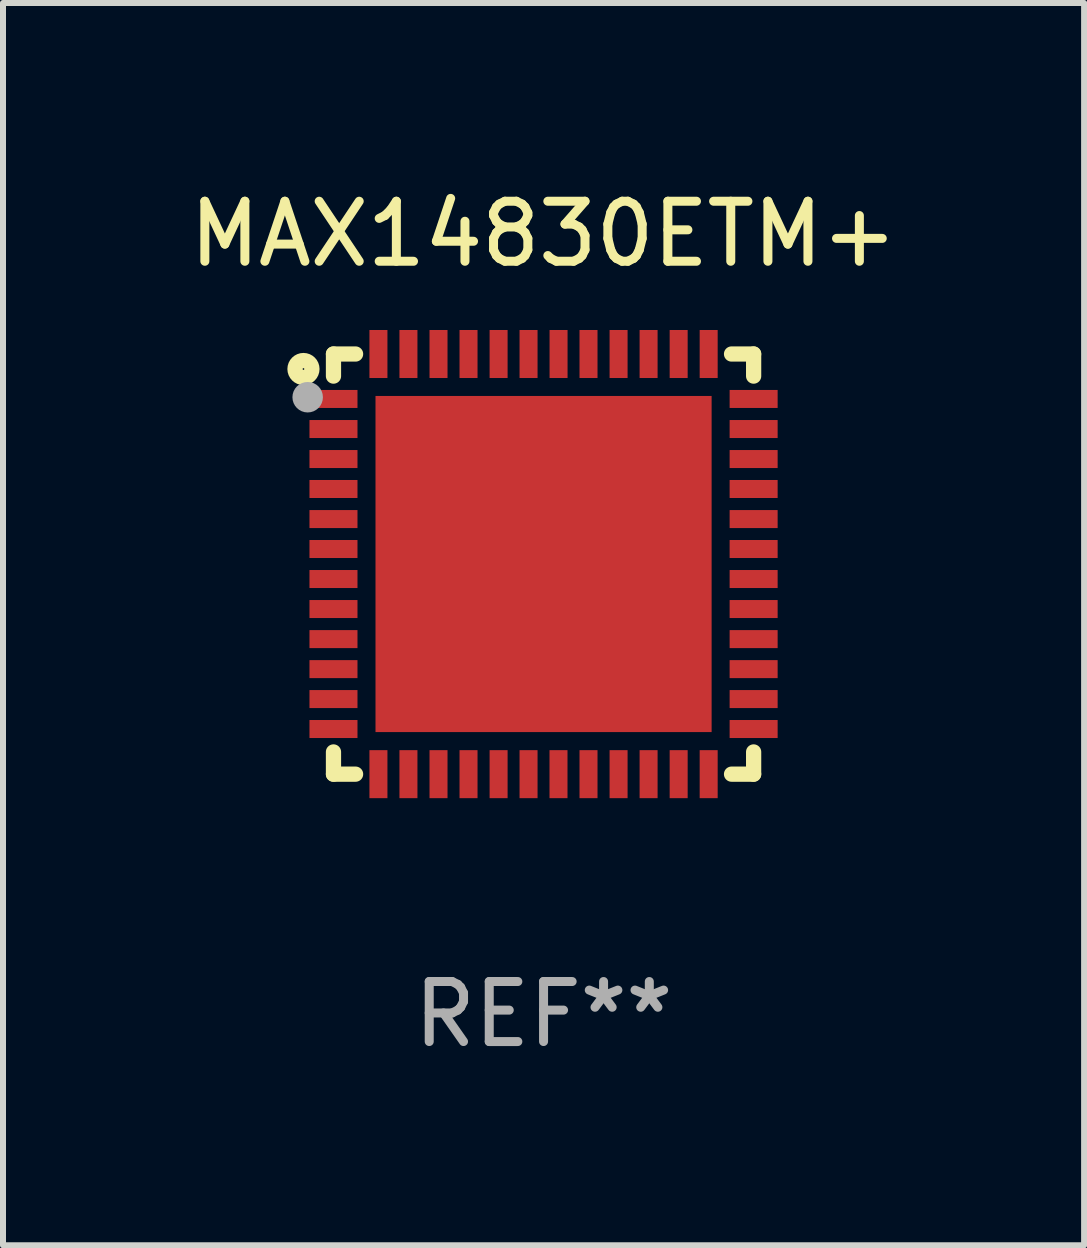
<source format=kicad_pcb>
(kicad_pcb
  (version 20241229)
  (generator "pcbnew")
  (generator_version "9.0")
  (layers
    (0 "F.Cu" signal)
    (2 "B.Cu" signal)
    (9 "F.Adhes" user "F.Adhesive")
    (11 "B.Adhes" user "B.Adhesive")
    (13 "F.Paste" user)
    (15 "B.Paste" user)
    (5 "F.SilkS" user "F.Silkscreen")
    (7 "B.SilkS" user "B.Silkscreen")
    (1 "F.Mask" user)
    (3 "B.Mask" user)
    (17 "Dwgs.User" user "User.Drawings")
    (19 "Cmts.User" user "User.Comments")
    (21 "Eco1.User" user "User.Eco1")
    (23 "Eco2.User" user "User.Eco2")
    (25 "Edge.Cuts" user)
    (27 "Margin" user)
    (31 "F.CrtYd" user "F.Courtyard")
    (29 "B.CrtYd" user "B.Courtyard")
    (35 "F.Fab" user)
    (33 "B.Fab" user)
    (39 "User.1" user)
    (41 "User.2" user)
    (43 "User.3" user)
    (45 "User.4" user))
  (footprint "MAX14830ETM+"
    (layer "F.Cu")
    (at 6.006 6.348)
    (property "Reference" "MAX14830ETM+" (at 0 -5.5 0) (layer "F.SilkS") (effects (font (size 1 1) (thickness 0.15))))
    (attr through_hole)
    (fp_line (start -3.5 -3.5) (end -3.132 -3.5) (stroke (width 0.254) (type solid)) (layer "F.SilkS"))
    (fp_line (start -3.5 -3.132) (end -3.5 -3.5) (stroke (width 0.254) (type solid)) (layer "F.SilkS"))
    (fp_line (start -3.5 3.5) (end -3.5 3.13) (stroke (width 0.254) (type solid)) (layer "F.SilkS"))
    (fp_line (start -3.132 3.5) (end -3.5 3.5) (stroke (width 0.254) (type solid)) (layer "F.SilkS"))
    (fp_line (start 3.132 -3.5) (end 3.5 -3.5) (stroke (width 0.254) (type solid)) (layer "F.SilkS"))
    (fp_line (start 3.5 -3.5) (end 3.5 -3.132) (stroke (width 0.254) (type solid)) (layer "F.SilkS"))
    (fp_line (start 3.5 3.13) (end 3.5 3.5) (stroke (width 0.254) (type solid)) (layer "F.SilkS"))
    (fp_line (start 3.5 3.5) (end 3.132 3.5) (stroke (width 0.254) (type solid)) (layer "F.SilkS"))
    (fp_circle (center -4 -3.25) (end -3.859 -3.25) (stroke (width 0.254) (type solid)) (fill no) (layer "F.SilkS"))
    (fp_circle (center -3.5 -3.501) (end -3.47 -3.501) (stroke (width 0.06) (type solid)) (fill no) (layer "F.SilkS"))
    (fp_circle (center -3.93 -2.78) (end -3.803 -2.78) (stroke (width 0.254) (type solid)) (fill no) (layer "F.Fab"))
    (fp_text user "REF**" (at 0 7.5 0) (layer "F.Fab") (effects (font (size 1 1) (thickness 0.15))))
    (pad "1" smd rect (at -3.5 -2.751 270) (size 0.3 0.8) (layers "F.Cu" "F.Mask" "F.Paste"))
    (pad "2" smd rect (at -3.5 -2.25 270) (size 0.3 0.8) (layers "F.Cu" "F.Mask" "F.Paste"))
    (pad "3" smd rect (at -3.5 -1.75 270) (size 0.3 0.8) (layers "F.Cu" "F.Mask" "F.Paste"))
    (pad "4" smd rect (at -3.5 -1.251 270) (size 0.3 0.8) (layers "F.Cu" "F.Mask" "F.Paste"))
    (pad "5" smd rect (at -3.5 -0.75 270) (size 0.3 0.8) (layers "F.Cu" "F.Mask" "F.Paste"))
    (pad "6" smd rect (at -3.5 -0.251 270) (size 0.3 0.8) (layers "F.Cu" "F.Mask" "F.Paste"))
    (pad "7" smd rect (at -3.5 0.249 270) (size 0.3 0.8) (layers "F.Cu" "F.Mask" "F.Paste"))
    (pad "8" smd rect (at -3.5 0.749 270) (size 0.3 0.8) (layers "F.Cu" "F.Mask" "F.Paste"))
    (pad "9" smd rect (at -3.5 1.25 270) (size 0.3 0.8) (layers "F.Cu" "F.Mask" "F.Paste"))
    (pad "10" smd rect (at -3.5 1.75 270) (size 0.3 0.8) (layers "F.Cu" "F.Mask" "F.Paste"))
    (pad "11" smd rect (at -3.5 2.249 270) (size 0.3 0.8) (layers "F.Cu" "F.Mask" "F.Paste"))
    (pad "12" smd rect (at -3.5 2.748 270) (size 0.3 0.8) (layers "F.Cu" "F.Mask" "F.Paste"))
    (pad "13" smd rect (at -2.751 3.5 180) (size 0.3 0.8) (layers "F.Cu" "F.Mask" "F.Paste"))
    (pad "14" smd rect (at -2.251 3.5 180) (size 0.3 0.8) (layers "F.Cu" "F.Mask" "F.Paste"))
    (pad "15" smd rect (at -1.75 3.5 180) (size 0.3 0.8) (layers "F.Cu" "F.Mask" "F.Paste"))
    (pad "16" smd rect (at -1.25 3.5 180) (size 0.3 0.8) (layers "F.Cu" "F.Mask" "F.Paste"))
    (pad "17" smd rect (at -0.749 3.5 180) (size 0.3 0.8) (layers "F.Cu" "F.Mask" "F.Paste"))
    (pad "18" smd rect (at -0.25 3.5 180) (size 0.3 0.8) (layers "F.Cu" "F.Mask" "F.Paste"))
    (pad "19" smd rect (at 0.249 3.5 180) (size 0.3 0.8) (layers "F.Cu" "F.Mask" "F.Paste"))
    (pad "20" smd rect (at 0.749 3.5 180) (size 0.3 0.8) (layers "F.Cu" "F.Mask" "F.Paste"))
    (pad "21" smd rect (at 1.25 3.5 180) (size 0.3 0.8) (layers "F.Cu" "F.Mask" "F.Paste"))
    (pad "22" smd rect (at 1.75 3.5 180) (size 0.3 0.8) (layers "F.Cu" "F.Mask" "F.Paste"))
    (pad "23" smd rect (at 2.251 3.5 180) (size 0.3 0.8) (layers "F.Cu" "F.Mask" "F.Paste"))
    (pad "24" smd rect (at 2.751 3.5 180) (size 0.3 0.8) (layers "F.Cu" "F.Mask" "F.Paste"))
    (pad "25" smd rect (at 3.5 2.748 270) (size 0.3 0.8) (layers "F.Cu" "F.Mask" "F.Paste"))
    (pad "26" smd rect (at 3.5 2.249 270) (size 0.3 0.8) (layers "F.Cu" "F.Mask" "F.Paste"))
    (pad "27" smd rect (at 3.5 1.75 270) (size 0.3 0.8) (layers "F.Cu" "F.Mask" "F.Paste"))
    (pad "28" smd rect (at 3.5 1.25 270) (size 0.3 0.8) (layers "F.Cu" "F.Mask" "F.Paste"))
    (pad "29" smd rect (at 3.5 0.749 270) (size 0.3 0.8) (layers "F.Cu" "F.Mask" "F.Paste"))
    (pad "30" smd rect (at 3.5 0.249 270) (size 0.3 0.8) (layers "F.Cu" "F.Mask" "F.Paste"))
    (pad "31" smd rect (at 3.5 -0.251 270) (size 0.3 0.8) (layers "F.Cu" "F.Mask" "F.Paste"))
    (pad "32" smd rect (at 3.5 -0.75 270) (size 0.3 0.8) (layers "F.Cu" "F.Mask" "F.Paste"))
    (pad "33" smd rect (at 3.5 -1.251 270) (size 0.3 0.8) (layers "F.Cu" "F.Mask" "F.Paste"))
    (pad "34" smd rect (at 3.5 -1.75 270) (size 0.3 0.8) (layers "F.Cu" "F.Mask" "F.Paste"))
    (pad "35" smd rect (at 3.5 -2.25 270) (size 0.3 0.8) (layers "F.Cu" "F.Mask" "F.Paste"))
    (pad "36" smd rect (at 3.5 -2.751 270) (size 0.3 0.8) (layers "F.Cu" "F.Mask" "F.Paste"))
    (pad "37" smd rect (at 2.751 -3.5 180) (size 0.3 0.8) (layers "F.Cu" "F.Mask" "F.Paste"))
    (pad "38" smd rect (at 2.251 -3.5 180) (size 0.3 0.8) (layers "F.Cu" "F.Mask" "F.Paste"))
    (pad "39" smd rect (at 1.75 -3.5 180) (size 0.3 0.8) (layers "F.Cu" "F.Mask" "F.Paste"))
    (pad "40" smd rect (at 1.25 -3.5 180) (size 0.3 0.8) (layers "F.Cu" "F.Mask" "F.Paste"))
    (pad "41" smd rect (at 0.749 -3.5 180) (size 0.3 0.8) (layers "F.Cu" "F.Mask" "F.Paste"))
    (pad "42" smd rect (at 0.25 -3.5 180) (size 0.3 0.8) (layers "F.Cu" "F.Mask" "F.Paste"))
    (pad "43" smd rect (at -0.25 -3.5 180) (size 0.3 0.8) (layers "F.Cu" "F.Mask" "F.Paste"))
    (pad "44" smd rect (at -0.749 -3.5 180) (size 0.3 0.8) (layers "F.Cu" "F.Mask" "F.Paste"))
    (pad "45" smd rect (at -1.25 -3.5 180) (size 0.3 0.8) (layers "F.Cu" "F.Mask" "F.Paste"))
    (pad "46" smd rect (at -1.75 -3.5 180) (size 0.3 0.8) (layers "F.Cu" "F.Mask" "F.Paste"))
    (pad "47" smd rect (at -2.251 -3.5 180) (size 0.3 0.8) (layers "F.Cu" "F.Mask" "F.Paste"))
    (pad "48" smd rect (at -2.751 -3.5 180) (size 0.3 0.8) (layers "F.Cu" "F.Mask" "F.Paste"))
    (pad "49" smd rect (at 0.000127 -0.001 180) (size 5.6 5.6) (layers "F.Cu" "F.Mask" "F.Paste")))
  (gr_rect
    (start -3 -3)
    (end 15.012 17.697)
    (stroke (width 0.1) (type default))
    (fill no)
    (layer "Edge.Cuts")))
</source>
